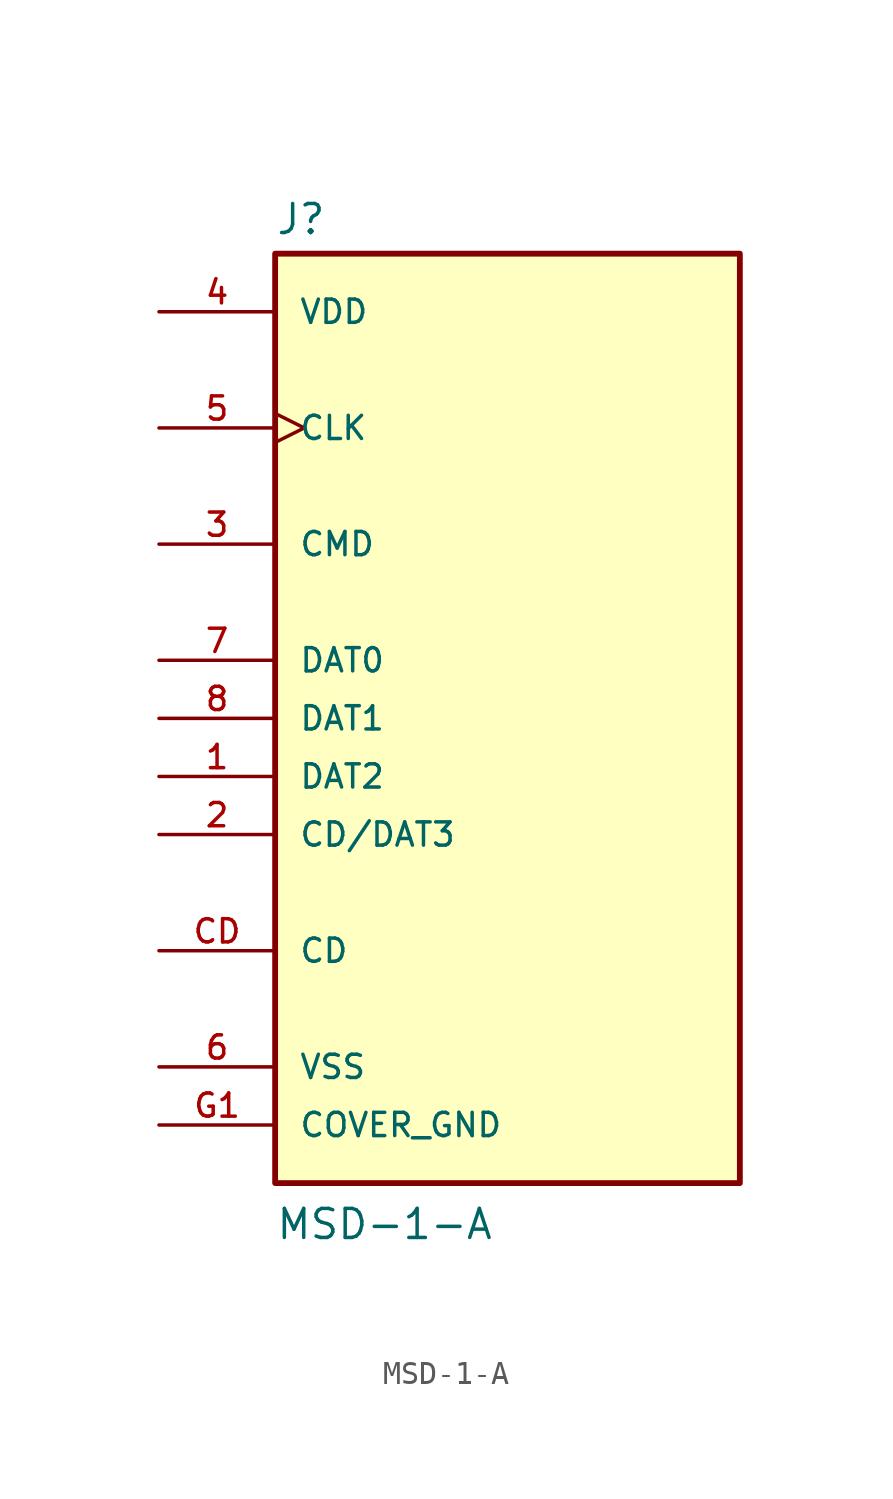
<source format=kicad_sym>
(kicad_symbol_lib
  (version 20211014)
  (generator kicad_symbol_editor)
  (symbol "MSD-1-A"
    (pin_names
      (offset 1.016))
    (property "Reference" "J"
      (at -10.16 21.082 0)
      (effects (font (size 1.27 1.27)) (justify bottom left)))
    (property "Value" "MSD-1-A"
      (at -10.16 -22.86 0)
      (effects (font (size 1.27 1.27)) (justify bottom left)))
    (symbol "MSD-1-A_0_0"
      (rectangle (start -10.16 -20.32) (end 10.16 20.32) (stroke (width 0.254)) (fill (type background)))
      (pin bidirectional line (at -15.24 -5.08 0) (length 5.08) (name "CD/DAT3" (effects (font (size 1.016 1.016)))) (number "2" (effects (font (size 1.016 1.016)))))
      (pin bidirectional line (at -15.24 7.62 0) (length 5.08) (name "CMD" (effects (font (size 1.016 1.016)))) (number "3" (effects (font (size 1.016 1.016)))))
      (pin power_in line (at -15.24 -15.24 0) (length 5.08) (name "VSS" (effects (font (size 1.016 1.016)))) (number "6" (effects (font (size 1.016 1.016)))))
      (pin power_in line (at -15.24 17.78 0) (length 5.08) (name "VDD" (effects (font (size 1.016 1.016)))) (number "4" (effects (font (size 1.016 1.016)))))
      (pin input clock (at -15.24 12.7 0) (length 5.08) (name "CLK" (effects (font (size 1.016 1.016)))) (number "5" (effects (font (size 1.016 1.016)))))
      (pin bidirectional line (at -15.24 2.54 0) (length 5.08) (name "DAT0" (effects (font (size 1.016 1.016)))) (number "7" (effects (font (size 1.016 1.016)))))
      (pin passive line (at -15.24 -10.16 0) (length 5.08) (name "CD" (effects (font (size 1.016 1.016)))) (number "CD" (effects (font (size 1.016 1.016)))))
      (pin bidirectional line (at -15.24 0.0 0) (length 5.08) (name "DAT1" (effects (font (size 1.016 1.016)))) (number "8" (effects (font (size 1.016 1.016)))))
      (pin bidirectional line (at -15.24 -2.54 0) (length 5.08) (name "DAT2" (effects (font (size 1.016 1.016)))) (number "1" (effects (font (size 1.016 1.016)))))
      (pin power_in line (at -15.24 -17.78 0) (length 5.08) (name "COVER_GND" (effects (font (size 1.016 1.016)))) (number "G1" (effects (font (size 1.016 1.016)))))
      (pin power_in line (at -15.24 -17.78 0) (length 5.08) hide (name "COVER_GND" (effects (font (size 1.016 1.016)))) (number "G2" (effects (font (size 1.016 1.016)))))
      (pin power_in line (at -15.24 -17.78 0) (length 5.08) hide (name "COVER_GND" (effects (font (size 1.016 1.016)))) (number "G3" (effects (font (size 1.016 1.016)))))
      (pin power_in line (at -15.24 -17.78 0) (length 5.08) hide (name "COVER_GND" (effects (font (size 1.016 1.016)))) (number "G4" (effects (font (size 1.016 1.016))))))))
</source>
